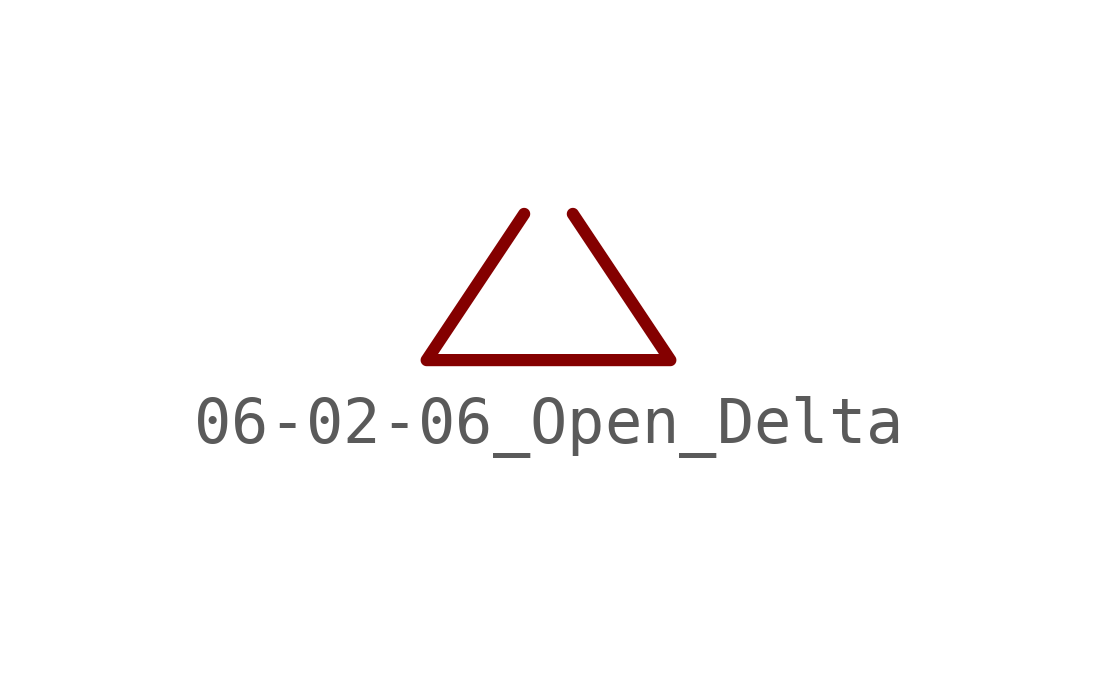
<source format=kicad_sym>
(kicad_symbol_lib
  (version 20201005)
  (generator kicad_symbol_editor)
  (symbol "Symbol_IEC_60617-6:06-02-06_Open_Delta"
    (property "Reference" "#SYM"
      (at 0 0 0)
      (effects (font (size 1.27 1.27)) hide))
    (symbol "06-02-06_Open_Delta_0_1"
      (polyline (pts (xy -0.508 1.778) (xy -2.54 -1.27) (xy 2.54 -1.27) (xy 0.508 1.778)) (stroke (width 0.254)) (fill (type none))))))
</source>
